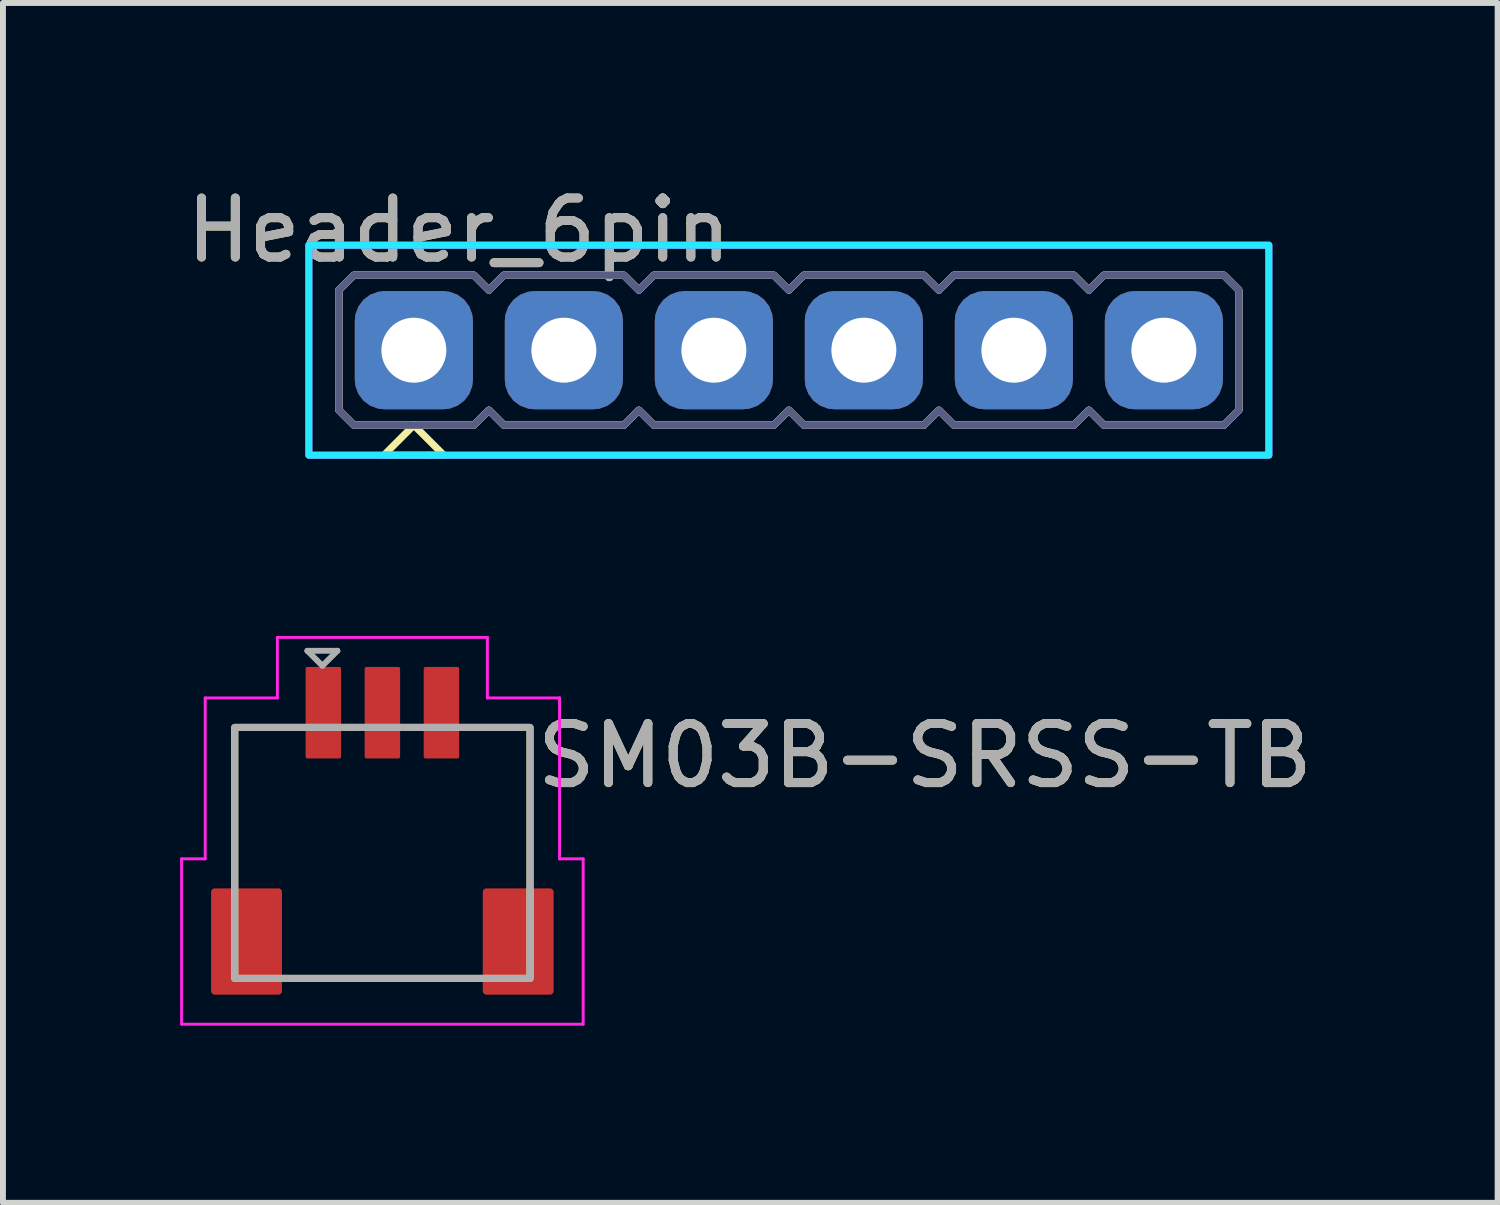
<source format=kicad_pcb>
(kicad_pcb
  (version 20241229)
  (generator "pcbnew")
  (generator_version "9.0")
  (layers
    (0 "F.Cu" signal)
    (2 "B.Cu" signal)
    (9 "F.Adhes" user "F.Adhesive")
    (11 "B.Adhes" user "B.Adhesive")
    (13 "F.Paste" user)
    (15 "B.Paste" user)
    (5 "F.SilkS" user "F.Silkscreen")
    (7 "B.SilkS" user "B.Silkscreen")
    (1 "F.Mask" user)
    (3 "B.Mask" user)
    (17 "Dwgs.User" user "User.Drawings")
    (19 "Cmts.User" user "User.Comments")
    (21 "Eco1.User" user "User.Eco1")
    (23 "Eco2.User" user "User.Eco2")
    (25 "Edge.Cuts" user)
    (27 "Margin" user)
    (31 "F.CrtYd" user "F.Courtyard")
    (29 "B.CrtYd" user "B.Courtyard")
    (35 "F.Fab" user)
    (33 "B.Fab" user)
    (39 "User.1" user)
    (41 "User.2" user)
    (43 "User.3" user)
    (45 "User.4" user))
  (footprint "SM03B-SRSS-TB"
    (layer "F.Cu")
    (at 3.425 11.018)
    (property "Reference" "SM03B-SRSS-TB" (at 2.54 -1.27 0) (unlocked yes) (layer "F.SilkS") (effects (font (size 1 1) (thickness 0.15)) (justify left)))
    (attr smd)
    (fp_rect (start -2.5 2.5) (end 2.5 -1.75) (stroke (width 0.12) (type solid)) (fill no) (layer "F.SilkS"))
    (fp_line (start -3.4 3.275) (end -3.4 0.475) (stroke (width 0.05) (type solid)) (layer "F.CrtYd"))
    (fp_line (start -3 -2.25) (end -3 0.475) (stroke (width 0.05) (type solid)) (layer "F.CrtYd"))
    (fp_line (start -3 -2.25) (end -1.778 -2.25) (stroke (width 0.05) (type solid)) (layer "F.CrtYd"))
    (fp_line (start -3 0.475) (end -3.4 0.475) (stroke (width 0.05) (type solid)) (layer "F.CrtYd"))
    (fp_line (start -1.778 -3.275) (end 1.778 -3.275) (stroke (width 0.05) (type solid)) (layer "F.CrtYd"))
    (fp_line (start -1.778 -2.25) (end -1.778 -3.275) (stroke (width 0.05) (type solid)) (layer "F.CrtYd"))
    (fp_line (start 1.778 -3.275) (end 1.778 -2.25) (stroke (width 0.05) (type solid)) (layer "F.CrtYd"))
    (fp_line (start 1.778 -2.25) (end 3 -2.25) (stroke (width 0.05) (type solid)) (layer "F.CrtYd"))
    (fp_line (start 3 -2.25) (end 3 0.475) (stroke (width 0.05) (type solid)) (layer "F.CrtYd"))
    (fp_line (start 3 0.475) (end 3.4 0.475) (stroke (width 0.05) (type solid)) (layer "F.CrtYd"))
    (fp_line (start 3.4 0.475) (end 3.4 3.275) (stroke (width 0.05) (type solid)) (layer "F.CrtYd"))
    (fp_line (start 3.4 3.275) (end -3.4 3.275) (stroke (width 0.05) (type solid)) (layer "F.CrtYd"))
    (fp_line (start -1.27 -3.048) (end -1.016 -2.794) (stroke (width 0.1) (type solid)) (layer "F.Fab"))
    (fp_line (start -1.016 -2.794) (end -0.762 -3.048) (stroke (width 0.1) (type solid)) (layer "F.Fab"))
    (fp_line (start -0.762 -3.048) (end -1.27 -3.048) (stroke (width 0.1) (type solid)) (layer "F.Fab"))
    (fp_rect (start -2.5 2.5) (end 2.5 -1.75) (stroke (width 0.12) (type solid)) (fill no) (layer "F.Fab"))
    (fp_text user "${REFERENCE}" (at 2.54 -1.27 0) (unlocked yes) (layer "F.Fab") (effects (font (size 1 1) (thickness 0.15)) (justify left)))
    (pad "1" smd roundrect (at -1 -2) (size 0.6 1.55) (layers "F.Cu" "F.Mask" "F.Paste") (roundrect_rratio 0.05))
    (pad "2" smd roundrect (at -2.3 1.875) (size 1.2 1.8) (layers "F.Cu" "F.Mask" "F.Paste") (roundrect_rratio 0.05))
    (pad "2" smd roundrect (at 0 -2) (size 0.6 1.55) (layers "F.Cu" "F.Mask" "F.Paste") (roundrect_rratio 0.05))
    (pad "2" smd roundrect (at 2.3 1.875) (size 1.2 1.8) (layers "F.Cu" "F.Mask" "F.Paste") (roundrect_rratio 0.05))
    (pad "3" smd roundrect (at 1 -2) (size 0.6 1.55) (layers "F.Cu" "F.Mask" "F.Paste") (roundrect_rratio 0.05)))
  (footprint "Header_6pin"
    (layer "F.Cu")
    (at 10.308 2.88)
    (property "Reference" "Header_6pin" (at -5.588 -2.032 0) (unlocked yes) (layer "F.SilkS") (effects (font (size 1 1) (thickness 0.15))))
    (attr smd)
    (fp_line (start -6.858 1.778) (end -6.096 1.778) (stroke (width 0.12) (type solid)) (layer "F.SilkS"))
    (fp_line (start -6.35 1.27) (end -6.858 1.778) (stroke (width 0.12) (type solid)) (layer "F.SilkS"))
    (fp_line (start -6.096 1.778) (end -5.842 1.778) (stroke (width 0.12) (type solid)) (layer "F.SilkS"))
    (fp_line (start -5.842 1.778) (end -6.35 1.27) (stroke (width 0.12) (type solid)) (layer "F.SilkS"))
    (fp_poly (pts (xy -5.08 -1.016) (xy -4.826 -1.27) (xy -2.794 -1.27) (xy -2.54 -1.016) (xy -2.286 -1.27) (xy -0.254 -1.27) (xy 0 -1.016) (xy 0.254 -1.27) (xy 2.286 -1.27) (xy 2.54 -1.016) (xy 2.794 -1.27) (xy 4.826 -1.27) (xy 5.08 -1.016) (xy 5.334 -1.27) (xy 7.366 -1.27) (xy 7.62 -1.016) (xy 7.62 1.016) (xy 7.366 1.27) (xy 5.334 1.27) (xy 5.08 1.016) (xy 4.826 1.27) (xy 2.794 1.27) (xy 2.54 1.016) (xy 2.286 1.27) (xy 0.254 1.27) (xy 0 1.016) (xy -0.254 1.27) (xy -2.286 1.27) (xy -2.54 1.016) (xy -2.794 1.27) (xy -4.826 1.27) (xy -5.08 1.016) (xy -5.334 1.27) (xy -7.366 1.27) (xy -7.62 1.016) (xy -7.62 -1.016) (xy -7.366 -1.27) (xy -5.334 -1.27)) (stroke (width 0.12) (type solid)) (fill no) (layer "F.SilkS"))
    (fp_poly (pts (xy -5.08 -1.016) (xy -4.826 -1.27) (xy -2.794 -1.27) (xy -2.54 -1.016) (xy -2.286 -1.27) (xy -0.254 -1.27) (xy 0 -1.016) (xy 0.254 -1.27) (xy 2.286 -1.27) (xy 2.54 -1.016) (xy 2.794 -1.27) (xy 4.826 -1.27) (xy 5.08 -1.016) (xy 5.334 -1.27) (xy 7.366 -1.27) (xy 7.62 -1.016) (xy 7.62 1.016) (xy 7.366 1.27) (xy 5.334 1.27) (xy 5.08 1.016) (xy 4.826 1.27) (xy 2.794 1.27) (xy 2.54 1.016) (xy 2.286 1.27) (xy 0.254 1.27) (xy 0 1.016) (xy -0.254 1.27) (xy -2.286 1.27) (xy -2.54 1.016) (xy -2.794 1.27) (xy -4.826 1.27) (xy -5.08 1.016) (xy -5.334 1.27) (xy -7.366 1.27) (xy -7.62 1.016) (xy -7.62 -1.016) (xy -7.366 -1.27) (xy -5.334 -1.27)) (stroke (width 0.12) (type solid)) (fill no) (layer "B.SilkS"))
    (fp_rect (start -8.128 1.778) (end 8.128 -1.778) (stroke (width 0.12) (type solid)) (fill no) (layer "B.CrtYd"))
    (fp_rect (start -8.128 1.778) (end 8.128 -1.778) (stroke (width 0.12) (type solid)) (fill no) (layer "F.CrtYd"))
    (fp_poly (pts (xy -5.08 -1.016) (xy -4.826 -1.27) (xy -2.794 -1.27) (xy -2.54 -1.016) (xy -2.286 -1.27) (xy -0.254 -1.27) (xy 0 -1.016) (xy 0.254 -1.27) (xy 2.286 -1.27) (xy 2.54 -1.016) (xy 2.794 -1.27) (xy 4.826 -1.27) (xy 5.08 -1.016) (xy 5.334 -1.27) (xy 7.366 -1.27) (xy 7.62 -1.016) (xy 7.62 1.016) (xy 7.366 1.27) (xy 5.334 1.27) (xy 5.08 1.016) (xy 4.826 1.27) (xy 2.794 1.27) (xy 2.54 1.016) (xy 2.286 1.27) (xy 0.254 1.27) (xy 0 1.016) (xy -0.254 1.27) (xy -2.286 1.27) (xy -2.54 1.016) (xy -2.794 1.27) (xy -4.826 1.27) (xy -5.08 1.016) (xy -5.334 1.27) (xy -7.366 1.27) (xy -7.62 1.016) (xy -7.62 -1.016) (xy -7.366 -1.27) (xy -5.334 -1.27)) (stroke (width 0.12) (type solid)) (fill no) (layer "B.Fab"))
    (fp_poly (pts (xy -5.08 -1.016) (xy -4.826 -1.27) (xy -2.794 -1.27) (xy -2.54 -1.016) (xy -2.286 -1.27) (xy -0.254 -1.27) (xy 0 -1.016) (xy 0.254 -1.27) (xy 2.286 -1.27) (xy 2.54 -1.016) (xy 2.794 -1.27) (xy 4.826 -1.27) (xy 5.08 -1.016) (xy 5.334 -1.27) (xy 7.366 -1.27) (xy 7.62 -1.016) (xy 7.62 1.016) (xy 7.366 1.27) (xy 5.334 1.27) (xy 5.08 1.016) (xy 4.826 1.27) (xy 2.794 1.27) (xy 2.54 1.016) (xy 2.286 1.27) (xy 0.254 1.27) (xy 0 1.016) (xy -0.254 1.27) (xy -2.286 1.27) (xy -2.54 1.016) (xy -2.794 1.27) (xy -4.826 1.27) (xy -5.08 1.016) (xy -5.334 1.27) (xy -7.366 1.27) (xy -7.62 1.016) (xy -7.62 -1.016) (xy -7.366 -1.27) (xy -5.334 -1.27)) (stroke (width 0.12) (type solid)) (fill no) (layer "F.Fab"))
    (fp_text user "${REFERENCE}" (at -5.588 -2.032 0) (unlocked yes) (layer "F.Fab") (effects (font (size 1 1) (thickness 0.15))))
    (pad "1" thru_hole roundrect (at -6.35 0) (size 2 2) (drill 1.1) (layers "*.Cu" "*.Mask") (roundrect_rratio 0.25))
    (pad "2" thru_hole roundrect (at -3.81 0) (size 2 2) (drill 1.1) (layers "*.Cu" "*.Mask") (roundrect_rratio 0.25))
    (pad "3" thru_hole roundrect (at -1.27 0) (size 2 2) (drill 1.1) (layers "*.Cu" "*.Mask") (roundrect_rratio 0.25))
    (pad "4" thru_hole roundrect (at 1.27 0) (size 2 2) (drill 1.1) (layers "*.Cu" "*.Mask") (roundrect_rratio 0.25))
    (pad "5" thru_hole roundrect (at 3.81 0) (size 2 2) (drill 1.1) (layers "*.Cu" "*.Mask") (roundrect_rratio 0.25))
    (pad "6" thru_hole roundrect (at 6.35 0) (size 2 2) (drill 1.1) (layers "*.Cu" "*.Mask") (roundrect_rratio 0.25)))
  (gr_rect
    (start -3 -3)
    (end 22.31 17.318)
    (stroke (width 0.1) (type default))
    (fill no)
    (layer "Edge.Cuts")))
</source>
